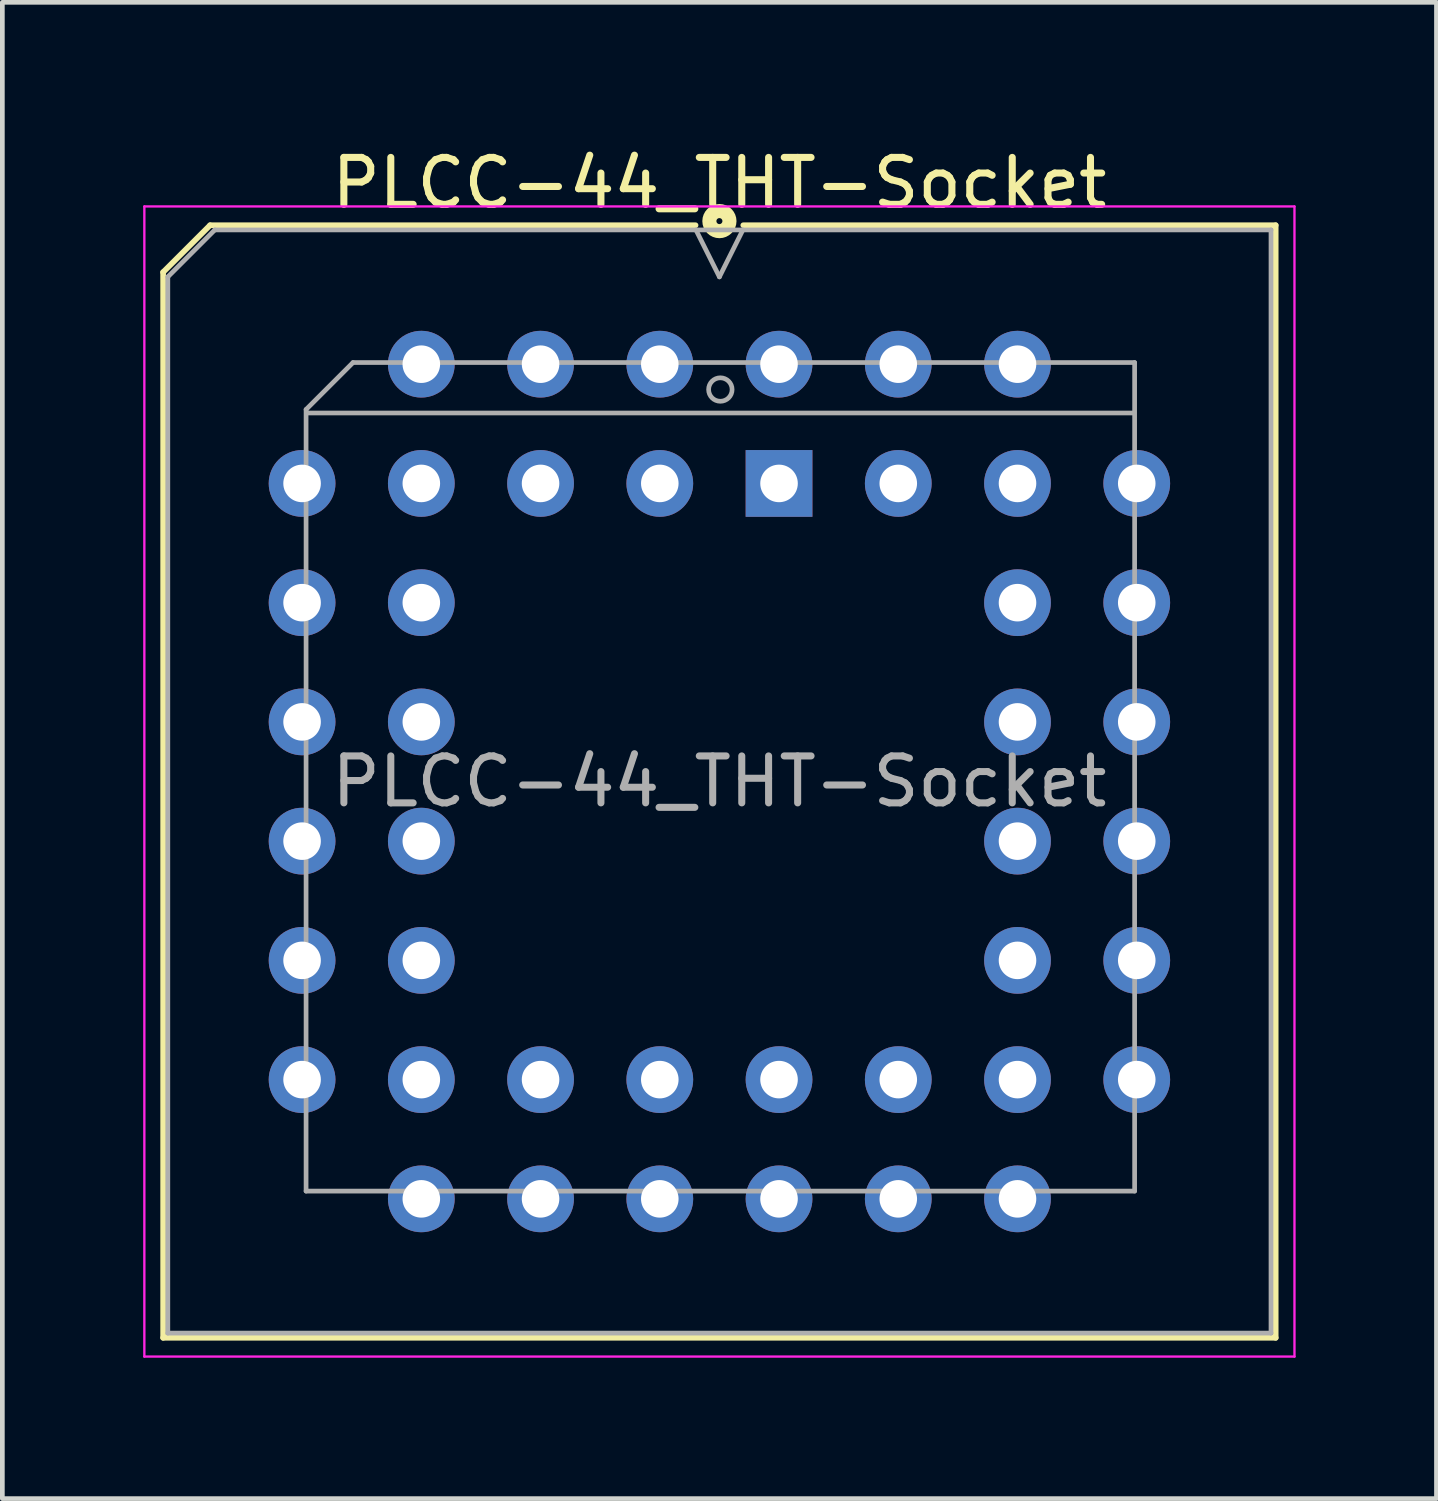
<source format=kicad_pcb>
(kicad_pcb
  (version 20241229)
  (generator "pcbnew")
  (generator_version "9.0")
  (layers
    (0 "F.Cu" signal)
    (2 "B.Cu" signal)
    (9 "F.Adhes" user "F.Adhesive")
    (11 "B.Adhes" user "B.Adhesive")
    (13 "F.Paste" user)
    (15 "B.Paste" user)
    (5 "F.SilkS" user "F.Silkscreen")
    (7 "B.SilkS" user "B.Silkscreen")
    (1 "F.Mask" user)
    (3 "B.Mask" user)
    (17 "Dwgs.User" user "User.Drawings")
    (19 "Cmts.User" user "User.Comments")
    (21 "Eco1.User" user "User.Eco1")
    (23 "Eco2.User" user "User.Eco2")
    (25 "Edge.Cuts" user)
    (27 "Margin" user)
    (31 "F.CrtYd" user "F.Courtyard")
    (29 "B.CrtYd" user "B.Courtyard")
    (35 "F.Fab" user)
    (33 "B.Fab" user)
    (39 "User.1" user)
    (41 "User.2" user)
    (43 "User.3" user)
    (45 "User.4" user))
  (footprint "PLCC-44_THT-Socket"
    (layer "F.Cu")
    (at 13.545 7.248)
    (property "Reference" "PLCC-44_THT-Socket" (at -1.27 -6.4 0) (layer "F.SilkS") (effects (font (size 1 1) (thickness 0.15))))
    (attr through_hole)
    (fp_line (start -13.12 -4.5) (end -13.12 18.2) (stroke (width 0.12) (type solid)) (layer "F.SilkS"))
    (fp_line (start -13.12 18.2) (end 10.58 18.2) (stroke (width 0.12) (type solid)) (layer "F.SilkS"))
    (fp_line (start -12.12 -5.5) (end -13.12 -4.5) (stroke (width 0.12) (type solid)) (layer "F.SilkS"))
    (fp_line (start -1.778 -5.5) (end -12.12 -5.5) (stroke (width 0.12) (type solid)) (layer "F.SilkS"))
    (fp_line (start 10.58 -5.5) (end -0.762 -5.5) (stroke (width 0.12) (type solid)) (layer "F.SilkS"))
    (fp_line (start 10.58 18.2) (end 10.58 -5.5) (stroke (width 0.12) (type solid)) (layer "F.SilkS"))
    (fp_circle (center -1.27 -5.588) (end -1.206 -5.588) (stroke (width 0.3) (type solid)) (fill no) (layer "F.SilkS"))
    (fp_line (start -13.52 -5.9) (end -13.52 18.6) (stroke (width 0.05) (type solid)) (layer "F.CrtYd"))
    (fp_line (start -13.52 18.6) (end 10.98 18.6) (stroke (width 0.05) (type solid)) (layer "F.CrtYd"))
    (fp_line (start 10.98 -5.9) (end -13.52 -5.9) (stroke (width 0.05) (type solid)) (layer "F.CrtYd"))
    (fp_line (start 10.98 18.6) (end 10.98 -5.9) (stroke (width 0.05) (type solid)) (layer "F.CrtYd"))
    (fp_line (start -13.02 -4.4) (end -13.02 18.1) (stroke (width 0.1) (type solid)) (layer "F.Fab"))
    (fp_line (start -13.02 18.1) (end 10.48 18.1) (stroke (width 0.1) (type solid)) (layer "F.Fab"))
    (fp_line (start -12.02 -5.4) (end -13.02 -4.4) (stroke (width 0.1) (type solid)) (layer "F.Fab"))
    (fp_line (start -10.075 -1.575) (end -10.075 15.075) (stroke (width 0.1) (type solid)) (layer "F.Fab"))
    (fp_line (start -10.075 15.075) (end 7.575 15.075) (stroke (width 0.1) (type solid)) (layer "F.Fab"))
    (fp_line (start -9.075 -2.575) (end -10.075 -1.575) (stroke (width 0.1) (type solid)) (layer "F.Fab"))
    (fp_line (start -1.77 -5.4) (end -1.27 -4.4) (stroke (width 0.1) (type solid)) (layer "F.Fab"))
    (fp_line (start -1.27 -4.4) (end -0.77 -5.4) (stroke (width 0.1) (type solid)) (layer "F.Fab"))
    (fp_line (start 7.55 -1.5) (end -10.05 -1.5) (stroke (width 0.1) (type solid)) (layer "F.Fab"))
    (fp_line (start 7.575 -2.575) (end -9.075 -2.575) (stroke (width 0.1) (type solid)) (layer "F.Fab"))
    (fp_line (start 7.575 15.075) (end 7.575 -2.575) (stroke (width 0.1) (type solid)) (layer "F.Fab"))
    (fp_line (start 10.48 -5.4) (end -12.02 -5.4) (stroke (width 0.1) (type solid)) (layer "F.Fab"))
    (fp_line (start 10.48 18.1) (end 10.48 -5.4) (stroke (width 0.1) (type solid)) (layer "F.Fab"))
    (fp_circle (center -1.25 -2) (end -1 -2) (stroke (width 0.1) (type solid)) (fill no) (layer "F.Fab"))
    (fp_text user "${REFERENCE}" (at -1.27 6.35 0) (layer "F.Fab") (effects (font (size 1 1) (thickness 0.15))))
    (pad "1" thru_hole rect (at 0 0) (size 1.422 1.422) (drill 0.8) (layers "*.Cu" "*.Mask"))
    (pad "2" thru_hole circle (at -2.54 -2.54) (size 1.422 1.422) (drill 0.8) (layers "*.Cu" "*.Mask"))
    (pad "3" thru_hole circle (at -2.54 0) (size 1.422 1.422) (drill 0.8) (layers "*.Cu" "*.Mask"))
    (pad "4" thru_hole circle (at -5.08 -2.54) (size 1.422 1.422) (drill 0.8) (layers "*.Cu" "*.Mask"))
    (pad "5" thru_hole circle (at -5.08 0) (size 1.422 1.422) (drill 0.8) (layers "*.Cu" "*.Mask"))
    (pad "6" thru_hole circle (at -7.62 -2.54) (size 1.422 1.422) (drill 0.8) (layers "*.Cu" "*.Mask"))
    (pad "7" thru_hole circle (at -10.16 0) (size 1.422 1.422) (drill 0.8) (layers "*.Cu" "*.Mask"))
    (pad "8" thru_hole circle (at -7.62 0) (size 1.422 1.422) (drill 0.8) (layers "*.Cu" "*.Mask"))
    (pad "9" thru_hole circle (at -10.16 2.54) (size 1.422 1.422) (drill 0.8) (layers "*.Cu" "*.Mask"))
    (pad "10" thru_hole circle (at -7.62 2.54) (size 1.422 1.422) (drill 0.8) (layers "*.Cu" "*.Mask"))
    (pad "11" thru_hole circle (at -10.16 5.08) (size 1.422 1.422) (drill 0.8) (layers "*.Cu" "*.Mask"))
    (pad "12" thru_hole circle (at -7.62 5.08) (size 1.422 1.422) (drill 0.8) (layers "*.Cu" "*.Mask"))
    (pad "13" thru_hole circle (at -10.16 7.62) (size 1.422 1.422) (drill 0.8) (layers "*.Cu" "*.Mask"))
    (pad "14" thru_hole circle (at -7.62 7.62) (size 1.422 1.422) (drill 0.8) (layers "*.Cu" "*.Mask"))
    (pad "15" thru_hole circle (at -10.16 10.16) (size 1.422 1.422) (drill 0.8) (layers "*.Cu" "*.Mask"))
    (pad "16" thru_hole circle (at -7.62 10.16) (size 1.422 1.422) (drill 0.8) (layers "*.Cu" "*.Mask"))
    (pad "17" thru_hole circle (at -10.16 12.7) (size 1.422 1.422) (drill 0.8) (layers "*.Cu" "*.Mask"))
    (pad "18" thru_hole circle (at -7.62 15.24) (size 1.422 1.422) (drill 0.8) (layers "*.Cu" "*.Mask"))
    (pad "19" thru_hole circle (at -7.62 12.7) (size 1.422 1.422) (drill 0.8) (layers "*.Cu" "*.Mask"))
    (pad "20" thru_hole circle (at -5.08 15.24) (size 1.422 1.422) (drill 0.8) (layers "*.Cu" "*.Mask"))
    (pad "21" thru_hole circle (at -5.08 12.7) (size 1.422 1.422) (drill 0.8) (layers "*.Cu" "*.Mask"))
    (pad "22" thru_hole circle (at -2.54 15.24) (size 1.422 1.422) (drill 0.8) (layers "*.Cu" "*.Mask"))
    (pad "23" thru_hole circle (at -2.54 12.7) (size 1.422 1.422) (drill 0.8) (layers "*.Cu" "*.Mask"))
    (pad "24" thru_hole circle (at 0 15.24) (size 1.422 1.422) (drill 0.8) (layers "*.Cu" "*.Mask"))
    (pad "25" thru_hole circle (at 0 12.7) (size 1.422 1.422) (drill 0.8) (layers "*.Cu" "*.Mask"))
    (pad "26" thru_hole circle (at 2.54 15.24) (size 1.422 1.422) (drill 0.8) (layers "*.Cu" "*.Mask"))
    (pad "27" thru_hole circle (at 2.54 12.7) (size 1.422 1.422) (drill 0.8) (layers "*.Cu" "*.Mask"))
    (pad "28" thru_hole circle (at 5.08 15.24) (size 1.422 1.422) (drill 0.8) (layers "*.Cu" "*.Mask"))
    (pad "29" thru_hole circle (at 7.62 12.7) (size 1.422 1.422) (drill 0.8) (layers "*.Cu" "*.Mask"))
    (pad "30" thru_hole circle (at 5.08 12.7) (size 1.422 1.422) (drill 0.8) (layers "*.Cu" "*.Mask"))
    (pad "31" thru_hole circle (at 7.62 10.16) (size 1.422 1.422) (drill 0.8) (layers "*.Cu" "*.Mask"))
    (pad "32" thru_hole circle (at 5.08 10.16) (size 1.422 1.422) (drill 0.8) (layers "*.Cu" "*.Mask"))
    (pad "33" thru_hole circle (at 7.62 7.62) (size 1.422 1.422) (drill 0.8) (layers "*.Cu" "*.Mask"))
    (pad "34" thru_hole circle (at 5.08 7.62) (size 1.422 1.422) (drill 0.8) (layers "*.Cu" "*.Mask"))
    (pad "35" thru_hole circle (at 7.62 5.08) (size 1.422 1.422) (drill 0.8) (layers "*.Cu" "*.Mask"))
    (pad "36" thru_hole circle (at 5.08 5.08) (size 1.422 1.422) (drill 0.8) (layers "*.Cu" "*.Mask"))
    (pad "37" thru_hole circle (at 7.62 2.54) (size 1.422 1.422) (drill 0.8) (layers "*.Cu" "*.Mask"))
    (pad "38" thru_hole circle (at 5.08 2.54) (size 1.422 1.422) (drill 0.8) (layers "*.Cu" "*.Mask"))
    (pad "39" thru_hole circle (at 7.62 0) (size 1.422 1.422) (drill 0.8) (layers "*.Cu" "*.Mask"))
    (pad "40" thru_hole circle (at 5.08 -2.54) (size 1.422 1.422) (drill 0.8) (layers "*.Cu" "*.Mask"))
    (pad "41" thru_hole circle (at 5.08 0) (size 1.422 1.422) (drill 0.8) (layers "*.Cu" "*.Mask"))
    (pad "42" thru_hole circle (at 2.54 -2.54) (size 1.422 1.422) (drill 0.8) (layers "*.Cu" "*.Mask"))
    (pad "43" thru_hole circle (at 2.54 0) (size 1.422 1.422) (drill 0.8) (layers "*.Cu" "*.Mask"))
    (pad "44" thru_hole circle (at 0 -2.54) (size 1.422 1.422) (drill 0.8) (layers "*.Cu" "*.Mask")))
  (gr_rect
    (start -3 -3)
    (end 27.55 28.873)
    (stroke (width 0.1) (type default))
    (fill no)
    (layer "Edge.Cuts")))
</source>
